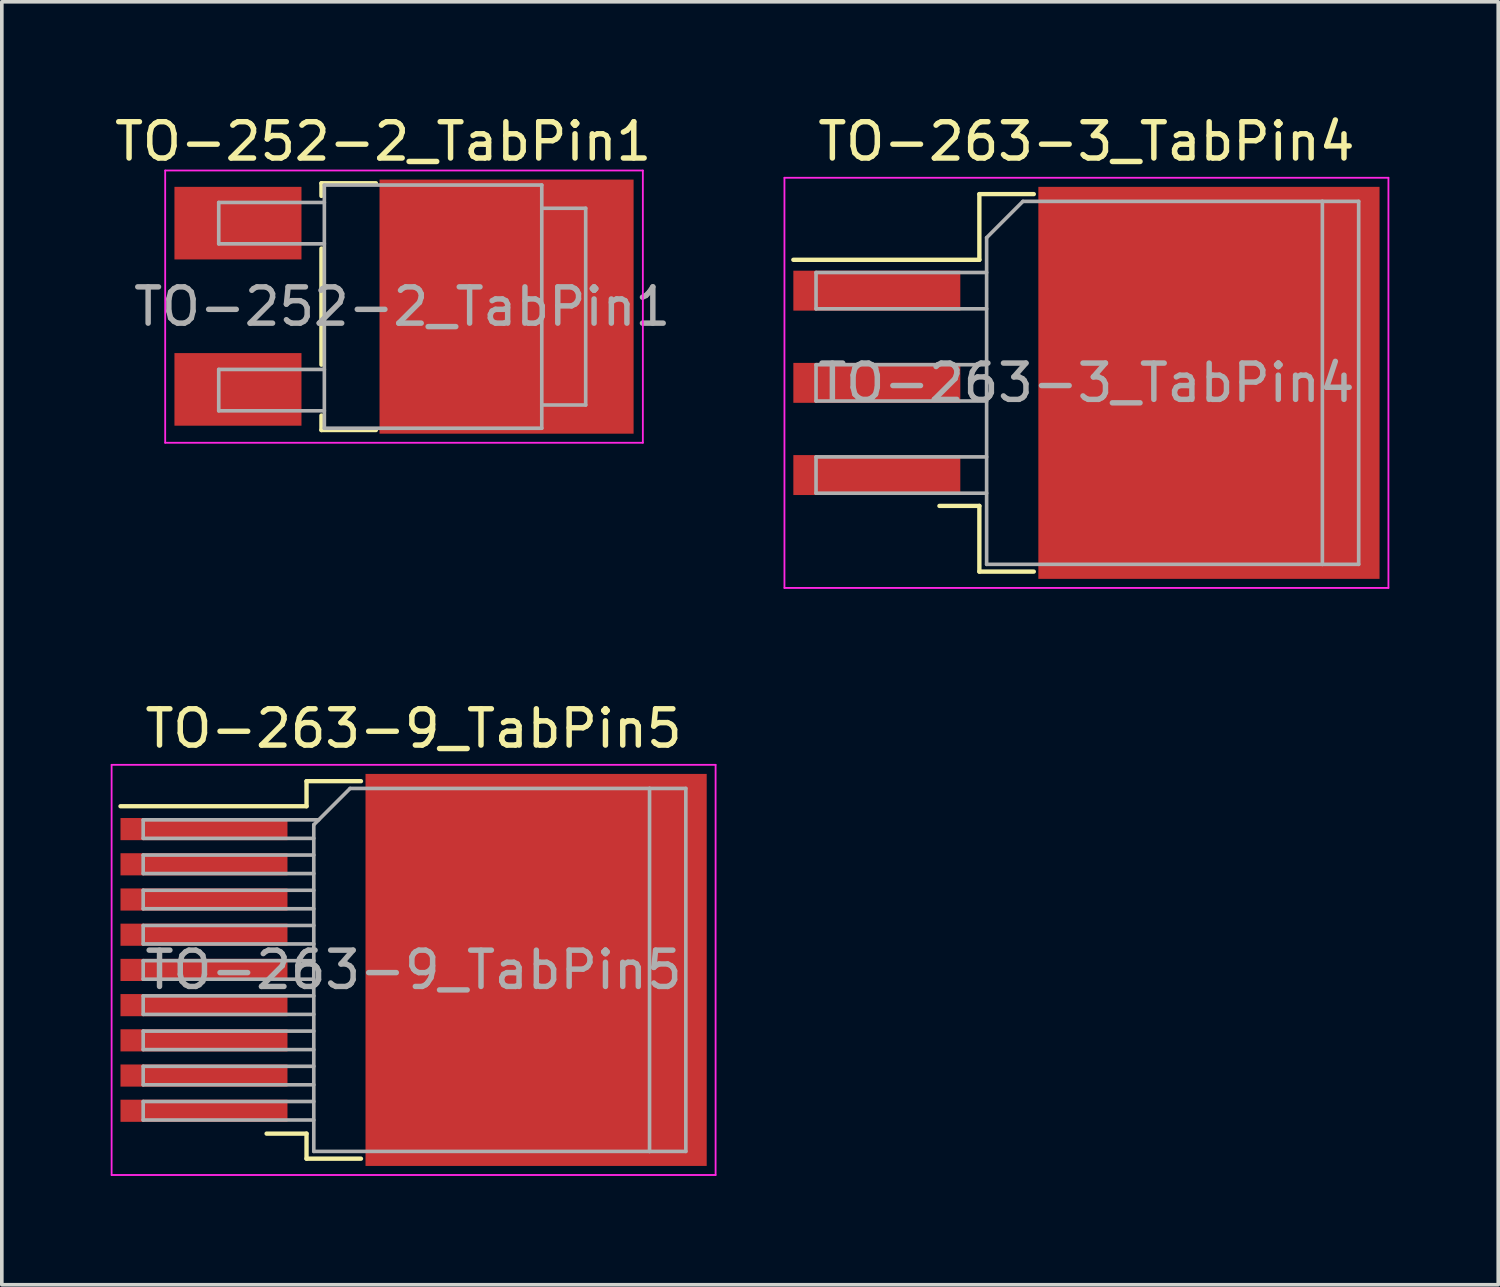
<source format=kicad_pcb>
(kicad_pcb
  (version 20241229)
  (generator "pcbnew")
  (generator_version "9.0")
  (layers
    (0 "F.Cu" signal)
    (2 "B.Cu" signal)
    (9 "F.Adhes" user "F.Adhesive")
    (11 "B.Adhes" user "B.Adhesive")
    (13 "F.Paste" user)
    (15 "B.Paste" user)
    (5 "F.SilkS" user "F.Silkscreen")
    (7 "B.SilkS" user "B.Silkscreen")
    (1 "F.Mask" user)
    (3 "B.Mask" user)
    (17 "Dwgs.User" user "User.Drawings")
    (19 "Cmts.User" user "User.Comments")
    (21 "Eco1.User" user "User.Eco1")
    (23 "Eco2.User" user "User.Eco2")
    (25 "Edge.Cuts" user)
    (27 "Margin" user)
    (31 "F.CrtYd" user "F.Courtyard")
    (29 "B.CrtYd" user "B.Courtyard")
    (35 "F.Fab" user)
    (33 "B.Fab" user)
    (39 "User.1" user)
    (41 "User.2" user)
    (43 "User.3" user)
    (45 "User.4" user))
  (footprint "TO-263-9_TabPin5"
    (layer "F.Cu")
    (at 8.345 23.672)
    (property "Reference" "TO-263-9_TabPin5" (at 0 -6.65 0) (layer "F.SilkS") (effects (font (size 1 1) (thickness 0.15))))
    (attr smd)
    (fp_line (start -2.95 -5.2) (end -2.95 -4.51) (stroke (width 0.12) (type solid)) (layer "F.SilkS"))
    (fp_line (start -2.95 -4.51) (end -8.075 -4.51) (stroke (width 0.12) (type solid)) (layer "F.SilkS"))
    (fp_line (start -2.95 4.51) (end -4.05 4.51) (stroke (width 0.12) (type solid)) (layer "F.SilkS"))
    (fp_line (start -2.95 5.2) (end -2.95 4.51) (stroke (width 0.12) (type solid)) (layer "F.SilkS"))
    (fp_line (start -1.45 -5.2) (end -2.95 -5.2) (stroke (width 0.12) (type solid)) (layer "F.SilkS"))
    (fp_line (start -1.45 5.2) (end -2.95 5.2) (stroke (width 0.12) (type solid)) (layer "F.SilkS"))
    (fp_line (start -8.32 -5.65) (end -8.32 5.65) (stroke (width 0.05) (type solid)) (layer "F.CrtYd"))
    (fp_line (start -8.32 5.65) (end 8.32 5.65) (stroke (width 0.05) (type solid)) (layer "F.CrtYd"))
    (fp_line (start 8.32 -5.65) (end -8.32 -5.65) (stroke (width 0.05) (type solid)) (layer "F.CrtYd"))
    (fp_line (start 8.32 5.65) (end 8.32 -5.65) (stroke (width 0.05) (type solid)) (layer "F.CrtYd"))
    (fp_line (start -7.45 -4.135) (end -7.45 -3.625) (stroke (width 0.1) (type solid)) (layer "F.Fab"))
    (fp_line (start -7.45 -3.625) (end -2.75 -3.625) (stroke (width 0.1) (type solid)) (layer "F.Fab"))
    (fp_line (start -7.45 -3.165) (end -7.45 -2.655) (stroke (width 0.1) (type solid)) (layer "F.Fab"))
    (fp_line (start -7.45 -2.655) (end -2.75 -2.655) (stroke (width 0.1) (type solid)) (layer "F.Fab"))
    (fp_line (start -7.45 -2.195) (end -7.45 -1.685) (stroke (width 0.1) (type solid)) (layer "F.Fab"))
    (fp_line (start -7.45 -1.685) (end -2.75 -1.685) (stroke (width 0.1) (type solid)) (layer "F.Fab"))
    (fp_line (start -7.45 -1.225) (end -7.45 -0.715) (stroke (width 0.1) (type solid)) (layer "F.Fab"))
    (fp_line (start -7.45 -0.715) (end -2.75 -0.715) (stroke (width 0.1) (type solid)) (layer "F.Fab"))
    (fp_line (start -7.45 -0.255) (end -7.45 0.255) (stroke (width 0.1) (type solid)) (layer "F.Fab"))
    (fp_line (start -7.45 0.255) (end -2.75 0.255) (stroke (width 0.1) (type solid)) (layer "F.Fab"))
    (fp_line (start -7.45 0.715) (end -7.45 1.225) (stroke (width 0.1) (type solid)) (layer "F.Fab"))
    (fp_line (start -7.45 1.225) (end -2.75 1.225) (stroke (width 0.1) (type solid)) (layer "F.Fab"))
    (fp_line (start -7.45 1.685) (end -7.45 2.195) (stroke (width 0.1) (type solid)) (layer "F.Fab"))
    (fp_line (start -7.45 2.195) (end -2.75 2.195) (stroke (width 0.1) (type solid)) (layer "F.Fab"))
    (fp_line (start -7.45 2.655) (end -7.45 3.165) (stroke (width 0.1) (type solid)) (layer "F.Fab"))
    (fp_line (start -7.45 3.165) (end -2.75 3.165) (stroke (width 0.1) (type solid)) (layer "F.Fab"))
    (fp_line (start -7.45 3.625) (end -7.45 4.135) (stroke (width 0.1) (type solid)) (layer "F.Fab"))
    (fp_line (start -7.45 4.135) (end -2.75 4.135) (stroke (width 0.1) (type solid)) (layer "F.Fab"))
    (fp_line (start -2.75 -4) (end -1.75 -5) (stroke (width 0.1) (type solid)) (layer "F.Fab"))
    (fp_line (start -2.75 -3.165) (end -7.45 -3.165) (stroke (width 0.1) (type solid)) (layer "F.Fab"))
    (fp_line (start -2.75 -2.195) (end -7.45 -2.195) (stroke (width 0.1) (type solid)) (layer "F.Fab"))
    (fp_line (start -2.75 -1.225) (end -7.45 -1.225) (stroke (width 0.1) (type solid)) (layer "F.Fab"))
    (fp_line (start -2.75 -0.255) (end -7.45 -0.255) (stroke (width 0.1) (type solid)) (layer "F.Fab"))
    (fp_line (start -2.75 0.715) (end -7.45 0.715) (stroke (width 0.1) (type solid)) (layer "F.Fab"))
    (fp_line (start -2.75 1.685) (end -7.45 1.685) (stroke (width 0.1) (type solid)) (layer "F.Fab"))
    (fp_line (start -2.75 2.655) (end -7.45 2.655) (stroke (width 0.1) (type solid)) (layer "F.Fab"))
    (fp_line (start -2.75 3.625) (end -7.45 3.625) (stroke (width 0.1) (type solid)) (layer "F.Fab"))
    (fp_line (start -2.75 5) (end -2.75 -4) (stroke (width 0.1) (type solid)) (layer "F.Fab"))
    (fp_line (start -2.615 -4.135) (end -7.45 -4.135) (stroke (width 0.1) (type solid)) (layer "F.Fab"))
    (fp_line (start -1.75 -5) (end 6.5 -5) (stroke (width 0.1) (type solid)) (layer "F.Fab"))
    (fp_line (start 6.5 -5) (end 6.5 5) (stroke (width 0.1) (type solid)) (layer "F.Fab"))
    (fp_line (start 6.5 -5) (end 7.5 -5) (stroke (width 0.1) (type solid)) (layer "F.Fab"))
    (fp_line (start 6.5 5) (end -2.75 5) (stroke (width 0.1) (type solid)) (layer "F.Fab"))
    (fp_line (start 7.5 -5) (end 7.5 5) (stroke (width 0.1) (type solid)) (layer "F.Fab"))
    (fp_line (start 7.5 5) (end 6.5 5) (stroke (width 0.1) (type solid)) (layer "F.Fab"))
    (fp_text user "${REFERENCE}" (at 0 0 0) (layer "F.Fab") (effects (font (size 1 1) (thickness 0.15))))
    (pad "" smd rect (at 0.95 -2.775) (size 4.55 5.25) (layers "F.Paste"))
    (pad "" smd rect (at 0.95 2.775) (size 4.55 5.25) (layers "F.Paste"))
    (pad "" smd rect (at 5.8 -2.775) (size 4.55 5.25) (layers "F.Paste"))
    (pad "" smd rect (at 5.8 2.775) (size 4.55 5.25) (layers "F.Paste"))
    (pad "1" smd rect (at -5.775 -3.88) (size 4.6 0.61) (layers "F.Cu" "F.Mask" "F.Paste"))
    (pad "2" smd rect (at -5.775 -2.91) (size 4.6 0.61) (layers "F.Cu" "F.Mask" "F.Paste"))
    (pad "3" smd rect (at -5.775 -1.94) (size 4.6 0.61) (layers "F.Cu" "F.Mask" "F.Paste"))
    (pad "4" smd rect (at -5.775 -0.97) (size 4.6 0.61) (layers "F.Cu" "F.Mask" "F.Paste"))
    (pad "5" smd rect (at -5.775 0) (size 4.6 0.61) (layers "F.Cu" "F.Mask" "F.Paste"))
    (pad "5" smd rect (at 3.375 0) (size 9.4 10.8) (layers "F.Cu" "F.Mask"))
    (pad "6" smd rect (at -5.775 0.97) (size 4.6 0.61) (layers "F.Cu" "F.Mask" "F.Paste"))
    (pad "7" smd rect (at -5.775 1.94) (size 4.6 0.61) (layers "F.Cu" "F.Mask" "F.Paste"))
    (pad "8" smd rect (at -5.775 2.91) (size 4.6 0.61) (layers "F.Cu" "F.Mask" "F.Paste"))
    (pad "9" smd rect (at -5.775 3.88) (size 4.6 0.61) (layers "F.Cu" "F.Mask" "F.Paste")))
  (footprint "TO-252-2_TabPin1"
    (layer "F.Cu")
    (at 8.081 5.398)
    (property "Reference" "TO-252-2_TabPin1" (at -0.575 -4.55 0) (layer "F.SilkS") (effects (font (size 1 1) (thickness 0.15))))
    (attr smd)
    (fp_line (start -2.275 -3.4) (end -0.775 -3.4) (stroke (width 0.12) (type solid)) (layer "F.SilkS"))
    (fp_line (start -2.275 -3.05) (end -2.275 -3.4) (stroke (width 0.12) (type solid)) (layer "F.SilkS"))
    (fp_line (start -2.275 1.6) (end -2.275 -1.6) (stroke (width 0.12) (type solid)) (layer "F.SilkS"))
    (fp_line (start -2.275 3.4) (end -2.275 3) (stroke (width 0.12) (type solid)) (layer "F.SilkS"))
    (fp_line (start -0.775 3.4) (end -2.275 3.4) (stroke (width 0.12) (type solid)) (layer "F.SilkS"))
    (fp_line (start -6.58 3.75) (end -6.58 -3.75) (stroke (width 0.05) (type solid)) (layer "F.CrtYd"))
    (fp_line (start -6.58 3.75) (end 6.58 3.75) (stroke (width 0.05) (type solid)) (layer "F.CrtYd"))
    (fp_line (start 6.58 -3.75) (end -6.58 -3.75) (stroke (width 0.05) (type solid)) (layer "F.CrtYd"))
    (fp_line (start 6.58 -3.75) (end 6.58 3.75) (stroke (width 0.05) (type solid)) (layer "F.CrtYd"))
    (fp_line (start -5.105 -2.87) (end -5.105 -1.73) (stroke (width 0.1) (type solid)) (layer "F.Fab"))
    (fp_line (start -5.105 -1.73) (end -2.195 -1.73) (stroke (width 0.1) (type solid)) (layer "F.Fab"))
    (fp_line (start -5.105 1.73) (end -5.105 2.87) (stroke (width 0.1) (type solid)) (layer "F.Fab"))
    (fp_line (start -5.105 2.87) (end -2.195 2.87) (stroke (width 0.1) (type solid)) (layer "F.Fab"))
    (fp_line (start -2.195 -2.87) (end -5.105 -2.87) (stroke (width 0.1) (type solid)) (layer "F.Fab"))
    (fp_line (start -2.195 1.73) (end -5.105 1.73) (stroke (width 0.1) (type solid)) (layer "F.Fab"))
    (fp_line (start -2.195 3.35) (end -2.195 -3.35) (stroke (width 0.1) (type solid)) (layer "F.Fab"))
    (fp_line (start -2.195 3.35) (end 3.795 3.35) (stroke (width 0.1) (type solid)) (layer "F.Fab"))
    (fp_line (start 3.795 -3.35) (end -2.195 -3.35) (stroke (width 0.1) (type solid)) (layer "F.Fab"))
    (fp_line (start 3.795 3.35) (end 3.795 -3.35) (stroke (width 0.1) (type solid)) (layer "F.Fab"))
    (fp_line (start 3.805 -2.71) (end 5.005 -2.71) (stroke (width 0.1) (type solid)) (layer "F.Fab"))
    (fp_line (start 5.005 -2.71) (end 5.005 2.71) (stroke (width 0.1) (type solid)) (layer "F.Fab"))
    (fp_line (start 5.005 2.71) (end 3.795 2.71) (stroke (width 0.1) (type solid)) (layer "F.Fab"))
    (fp_text user "${REFERENCE}" (at -0.05 0 0) (layer "F.Fab") (effects (font (size 1 1) (thickness 0.15))))
    (pad "" smd rect (at 1.05 -1.8 270) (size 3.3 3.3) (layers "F.Paste"))
    (pad "" smd rect (at 1.05 1.8 270) (size 3.3 3.3) (layers "F.Paste"))
    (pad "" smd rect (at 4.6 -1.8 270) (size 3.3 3.3) (layers "F.Paste"))
    (pad "" smd rect (at 4.6 1.8 270) (size 3.3 3.3) (layers "F.Paste"))
    (pad "1" smd rect (at -4.575 -2.3) (size 3.5 2) (layers "F.Cu" "F.Mask" "F.Paste"))
    (pad "1" smd rect (at 2.825 0) (size 7 7) (layers "F.Cu" "F.Mask"))
    (pad "2" smd rect (at -4.575 2.28) (size 3.5 2) (layers "F.Cu" "F.Mask" "F.Paste")))
  (footprint "TO-263-3_TabPin4"
    (layer "F.Cu")
    (at 26.882 7.498)
    (property "Reference" "TO-263-3_TabPin4" (at 0 -6.65 0) (layer "F.SilkS") (effects (font (size 1 1) (thickness 0.15))))
    (attr smd)
    (fp_line (start -2.95 -5.2) (end -2.95 -3.39) (stroke (width 0.12) (type solid)) (layer "F.SilkS"))
    (fp_line (start -2.95 -3.39) (end -8.075 -3.39) (stroke (width 0.12) (type solid)) (layer "F.SilkS"))
    (fp_line (start -2.95 3.39) (end -4.05 3.39) (stroke (width 0.12) (type solid)) (layer "F.SilkS"))
    (fp_line (start -2.95 5.2) (end -2.95 3.39) (stroke (width 0.12) (type solid)) (layer "F.SilkS"))
    (fp_line (start -1.45 -5.2) (end -2.95 -5.2) (stroke (width 0.12) (type solid)) (layer "F.SilkS"))
    (fp_line (start -1.45 5.2) (end -2.95 5.2) (stroke (width 0.12) (type solid)) (layer "F.SilkS"))
    (fp_line (start -8.32 -5.65) (end -8.32 5.65) (stroke (width 0.05) (type solid)) (layer "F.CrtYd"))
    (fp_line (start -8.32 5.65) (end 8.32 5.65) (stroke (width 0.05) (type solid)) (layer "F.CrtYd"))
    (fp_line (start 8.32 -5.65) (end -8.32 -5.65) (stroke (width 0.05) (type solid)) (layer "F.CrtYd"))
    (fp_line (start 8.32 5.65) (end 8.32 -5.65) (stroke (width 0.05) (type solid)) (layer "F.CrtYd"))
    (fp_line (start -7.45 -3.04) (end -7.45 -2.04) (stroke (width 0.1) (type solid)) (layer "F.Fab"))
    (fp_line (start -7.45 -2.04) (end -2.75 -2.04) (stroke (width 0.1) (type solid)) (layer "F.Fab"))
    (fp_line (start -7.45 -0.5) (end -7.45 0.5) (stroke (width 0.1) (type solid)) (layer "F.Fab"))
    (fp_line (start -7.45 0.5) (end -2.75 0.5) (stroke (width 0.1) (type solid)) (layer "F.Fab"))
    (fp_line (start -7.45 2.04) (end -7.45 3.04) (stroke (width 0.1) (type solid)) (layer "F.Fab"))
    (fp_line (start -7.45 3.04) (end -2.75 3.04) (stroke (width 0.1) (type solid)) (layer "F.Fab"))
    (fp_line (start -2.75 -4) (end -1.75 -5) (stroke (width 0.1) (type solid)) (layer "F.Fab"))
    (fp_line (start -2.75 -3.04) (end -7.45 -3.04) (stroke (width 0.1) (type solid)) (layer "F.Fab"))
    (fp_line (start -2.75 -0.5) (end -7.45 -0.5) (stroke (width 0.1) (type solid)) (layer "F.Fab"))
    (fp_line (start -2.75 2.04) (end -7.45 2.04) (stroke (width 0.1) (type solid)) (layer "F.Fab"))
    (fp_line (start -2.75 5) (end -2.75 -4) (stroke (width 0.1) (type solid)) (layer "F.Fab"))
    (fp_line (start -1.75 -5) (end 6.5 -5) (stroke (width 0.1) (type solid)) (layer "F.Fab"))
    (fp_line (start 6.5 -5) (end 6.5 5) (stroke (width 0.1) (type solid)) (layer "F.Fab"))
    (fp_line (start 6.5 -5) (end 7.5 -5) (stroke (width 0.1) (type solid)) (layer "F.Fab"))
    (fp_line (start 6.5 5) (end -2.75 5) (stroke (width 0.1) (type solid)) (layer "F.Fab"))
    (fp_line (start 7.5 -5) (end 7.5 5) (stroke (width 0.1) (type solid)) (layer "F.Fab"))
    (fp_line (start 7.5 5) (end 6.5 5) (stroke (width 0.1) (type solid)) (layer "F.Fab"))
    (fp_text user "${REFERENCE}" (at 0 0 0) (layer "F.Fab") (effects (font (size 1 1) (thickness 0.15))))
    (pad "" smd rect (at 0.95 -2.775) (size 4.55 5.25) (layers "F.Paste"))
    (pad "" smd rect (at 0.95 2.775) (size 4.55 5.25) (layers "F.Paste"))
    (pad "" smd rect (at 5.8 -2.775) (size 4.55 5.25) (layers "F.Paste"))
    (pad "" smd rect (at 5.8 2.775) (size 4.55 5.25) (layers "F.Paste"))
    (pad "1" smd rect (at -5.775 -2.54) (size 4.6 1.1) (layers "F.Cu" "F.Mask" "F.Paste"))
    (pad "2" smd rect (at -5.775 0) (size 4.6 1.1) (layers "F.Cu" "F.Mask" "F.Paste"))
    (pad "3" smd rect (at -5.775 2.54) (size 4.6 1.1) (layers "F.Cu" "F.Mask" "F.Paste"))
    (pad "4" smd rect (at 3.375 0) (size 9.4 10.8) (layers "F.Cu" "F.Mask")))
  (gr_rect
    (start -3 -3)
    (end 38.227 32.346)
    (stroke (width 0.1) (type default))
    (fill no)
    (layer "Edge.Cuts")))
</source>
